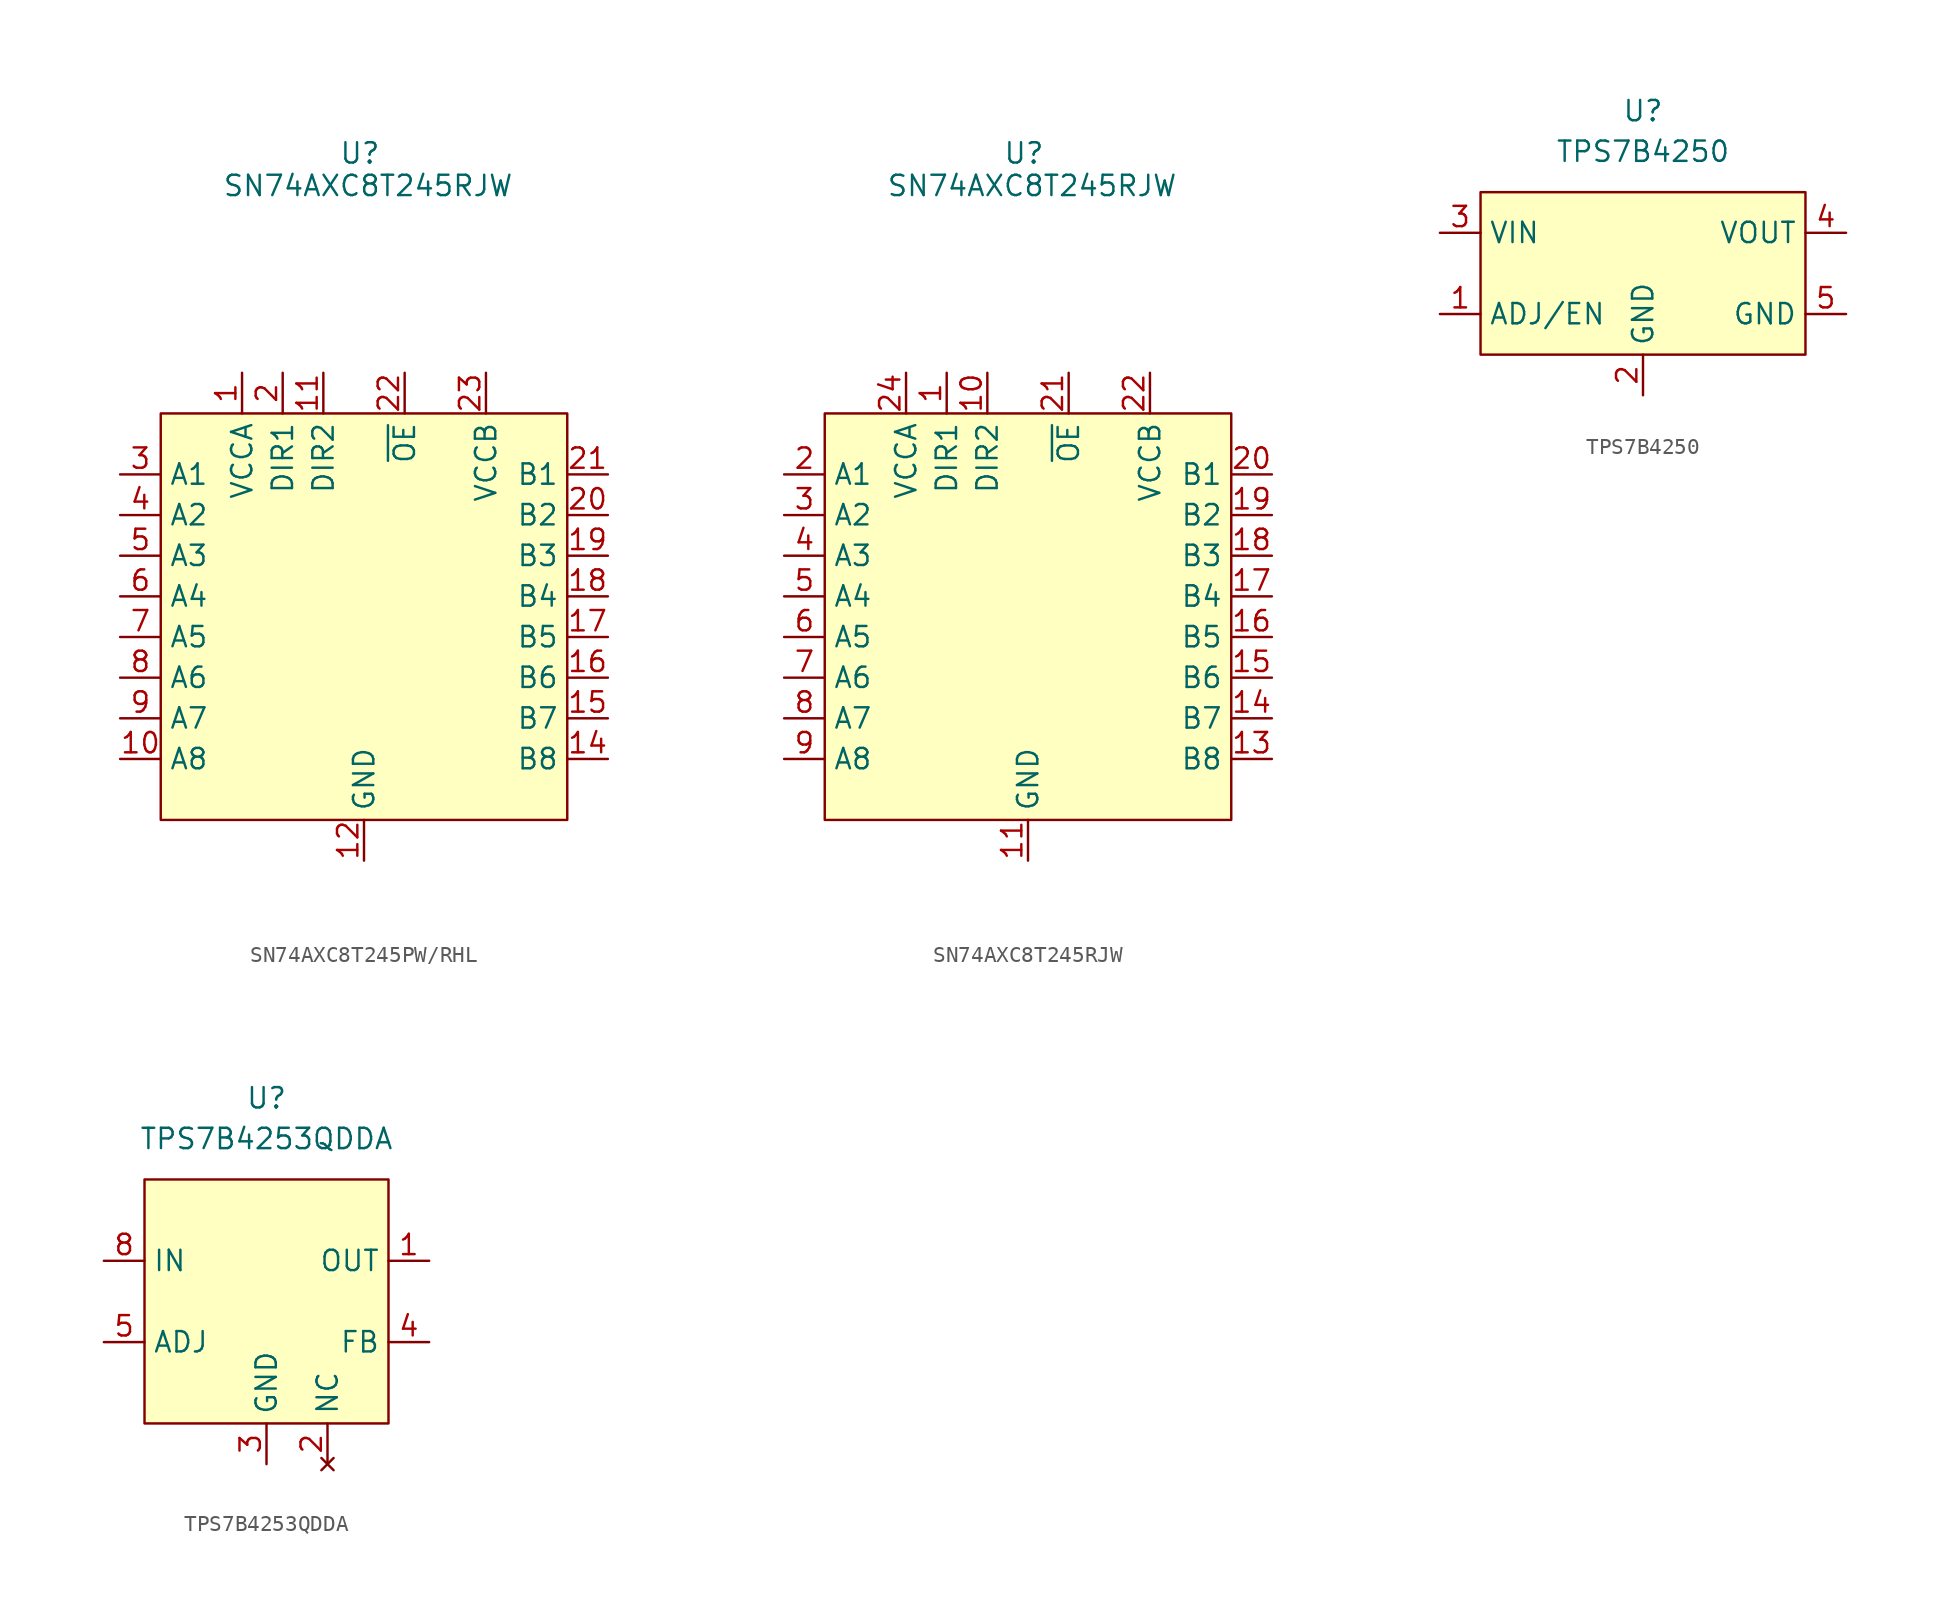
<source format=kicad_sym>
(kicad_symbol_lib
  (version 20241209)
  (generator "kicad_symbol_editor")
  (generator_version "9.0")
  (symbol "SN74AXC8T245PW/RHL"
    (property "Reference" "U"
      (at -0.254 28.956 0)
      (effects (font (size 1.27 1.27))))
    (property "Value" "SN74AXC8T245RJW"
      (at 0.254 26.924 0)
      (effects (font (size 1.27 1.27))))
    (symbol "SN74AXC8T245PW/RHL_1_1"
      (rectangle (start -12.7 12.7) (end 12.7 -12.7) (stroke (width 0) (type solid)) (fill (type background)))
      (pin input line (at -15.24 8.89 0) (length 2.54) (name "A1" (effects (font (size 1.27 1.27)))) (number "3" (effects (font (size 1.27 1.27)))))
      (pin input line (at -15.24 6.35 0) (length 2.54) (name "A2" (effects (font (size 1.27 1.27)))) (number "4" (effects (font (size 1.27 1.27)))))
      (pin input line (at -15.24 3.81 0) (length 2.54) (name "A3" (effects (font (size 1.27 1.27)))) (number "5" (effects (font (size 1.27 1.27)))))
      (pin input line (at -15.24 1.27 0) (length 2.54) (name "A4" (effects (font (size 1.27 1.27)))) (number "6" (effects (font (size 1.27 1.27)))))
      (pin input line (at -15.24 -1.27 0) (length 2.54) (name "A5" (effects (font (size 1.27 1.27)))) (number "7" (effects (font (size 1.27 1.27)))))
      (pin input line (at -15.24 -3.81 0) (length 2.54) (name "A6" (effects (font (size 1.27 1.27)))) (number "8" (effects (font (size 1.27 1.27)))))
      (pin input line (at -15.24 -6.35 0) (length 2.54) (name "A7" (effects (font (size 1.27 1.27)))) (number "9" (effects (font (size 1.27 1.27)))))
      (pin input line (at -15.24 -8.89 0) (length 2.54) (name "A8" (effects (font (size 1.27 1.27)))) (number "10" (effects (font (size 1.27 1.27)))))
      (pin input line (at -7.62 15.24 270) (length 2.54) (name "VCCA" (effects (font (size 1.27 1.27)))) (number "1" (effects (font (size 1.27 1.27)))))
      (pin input line (at -5.08 15.24 270) (length 2.54) (name "DIR1" (effects (font (size 1.27 1.27)))) (number "2" (effects (font (size 1.27 1.27)))))
      (pin input line (at -2.54 15.24 270) (length 2.54) (name "DIR2" (effects (font (size 1.27 1.27)))) (number "11" (effects (font (size 1.27 1.27)))))
      (pin input line (at 0 -15.24 90) (length 2.54) (name "GND" (effects (font (size 1.27 1.27)))) (number "12" (effects (font (size 1.27 1.27)))))
      (pin input line (at 0 -15.24 90) (length 2.54) (hide yes) (name "GND" (effects (font (size 1.27 1.27)))) (number "13" (effects (font (size 1.27 1.27)))))
      (pin input line (at 0 -15.24 90) (length 2.54) (hide yes) (name "GND" (effects (font (size 1.27 1.27)))) (number "25" (effects (font (size 1.27 1.27)))))
      (pin input line (at 2.54 15.24 270) (length 2.54) (name "~{OE}" (effects (font (size 1.27 1.27)))) (number "22" (effects (font (size 1.27 1.27)))))
      (pin input line (at 7.62 15.24 270) (length 2.54) (name "VCCB" (effects (font (size 1.27 1.27)))) (number "23" (effects (font (size 1.27 1.27)))))
      (pin input line (at 7.62 15.24 270) (length 2.54) (hide yes) (name "VCCB" (effects (font (size 1.27 1.27)))) (number "24" (effects (font (size 1.27 1.27)))))
      (pin input line (at 15.24 8.89 180) (length 2.54) (name "B1" (effects (font (size 1.27 1.27)))) (number "21" (effects (font (size 1.27 1.27)))))
      (pin input line (at 15.24 6.35 180) (length 2.54) (name "B2" (effects (font (size 1.27 1.27)))) (number "20" (effects (font (size 1.27 1.27)))))
      (pin input line (at 15.24 3.81 180) (length 2.54) (name "B3" (effects (font (size 1.27 1.27)))) (number "19" (effects (font (size 1.27 1.27)))))
      (pin input line (at 15.24 1.27 180) (length 2.54) (name "B4" (effects (font (size 1.27 1.27)))) (number "18" (effects (font (size 1.27 1.27)))))
      (pin input line (at 15.24 -1.27 180) (length 2.54) (name "B5" (effects (font (size 1.27 1.27)))) (number "17" (effects (font (size 1.27 1.27)))))
      (pin input line (at 15.24 -3.81 180) (length 2.54) (name "B6" (effects (font (size 1.27 1.27)))) (number "16" (effects (font (size 1.27 1.27)))))
      (pin input line (at 15.24 -6.35 180) (length 2.54) (name "B7" (effects (font (size 1.27 1.27)))) (number "15" (effects (font (size 1.27 1.27)))))
      (pin input line (at 15.24 -8.89 180) (length 2.54) (name "B8" (effects (font (size 1.27 1.27)))) (number "14" (effects (font (size 1.27 1.27)))))))
  (symbol "SN74AXC8T245RJW"
    (property "Reference" "U"
      (at -0.254 28.956 0)
      (effects (font (size 1.27 1.27))))
    (property "Value" "SN74AXC8T245RJW"
      (at 0.254 26.924 0)
      (effects (font (size 1.27 1.27))))
    (symbol "SN74AXC8T245RJW_1_1"
      (rectangle (start -12.7 12.7) (end 12.7 -12.7) (stroke (width 0) (type solid)) (fill (type background)))
      (pin input line (at -15.24 8.89 0) (length 2.54) (name "A1" (effects (font (size 1.27 1.27)))) (number "2" (effects (font (size 1.27 1.27)))))
      (pin input line (at -15.24 6.35 0) (length 2.54) (name "A2" (effects (font (size 1.27 1.27)))) (number "3" (effects (font (size 1.27 1.27)))))
      (pin input line (at -15.24 3.81 0) (length 2.54) (name "A3" (effects (font (size 1.27 1.27)))) (number "4" (effects (font (size 1.27 1.27)))))
      (pin input line (at -15.24 1.27 0) (length 2.54) (name "A4" (effects (font (size 1.27 1.27)))) (number "5" (effects (font (size 1.27 1.27)))))
      (pin input line (at -15.24 -1.27 0) (length 2.54) (name "A5" (effects (font (size 1.27 1.27)))) (number "6" (effects (font (size 1.27 1.27)))))
      (pin input line (at -15.24 -3.81 0) (length 2.54) (name "A6" (effects (font (size 1.27 1.27)))) (number "7" (effects (font (size 1.27 1.27)))))
      (pin input line (at -15.24 -6.35 0) (length 2.54) (name "A7" (effects (font (size 1.27 1.27)))) (number "8" (effects (font (size 1.27 1.27)))))
      (pin input line (at -15.24 -8.89 0) (length 2.54) (name "A8" (effects (font (size 1.27 1.27)))) (number "9" (effects (font (size 1.27 1.27)))))
      (pin input line (at -7.62 15.24 270) (length 2.54) (name "VCCA" (effects (font (size 1.27 1.27)))) (number "24" (effects (font (size 1.27 1.27)))))
      (pin input line (at -5.08 15.24 270) (length 2.54) (name "DIR1" (effects (font (size 1.27 1.27)))) (number "1" (effects (font (size 1.27 1.27)))))
      (pin input line (at -2.54 15.24 270) (length 2.54) (name "DIR2" (effects (font (size 1.27 1.27)))) (number "10" (effects (font (size 1.27 1.27)))))
      (pin input line (at 0 -15.24 90) (length 2.54) (name "GND" (effects (font (size 1.27 1.27)))) (number "11" (effects (font (size 1.27 1.27)))))
      (pin input line (at 0 -15.24 90) (length 2.54) (hide yes) (name "GND" (effects (font (size 1.27 1.27)))) (number "12" (effects (font (size 1.27 1.27)))))
      (pin input line (at 2.54 15.24 270) (length 2.54) (name "~{OE}" (effects (font (size 1.27 1.27)))) (number "21" (effects (font (size 1.27 1.27)))))
      (pin input line (at 7.62 15.24 270) (length 2.54) (name "VCCB" (effects (font (size 1.27 1.27)))) (number "22" (effects (font (size 1.27 1.27)))))
      (pin input line (at 7.62 15.24 270) (length 2.54) (hide yes) (name "VCCB" (effects (font (size 1.27 1.27)))) (number "23" (effects (font (size 1.27 1.27)))))
      (pin input line (at 15.24 8.89 180) (length 2.54) (name "B1" (effects (font (size 1.27 1.27)))) (number "20" (effects (font (size 1.27 1.27)))))
      (pin input line (at 15.24 6.35 180) (length 2.54) (name "B2" (effects (font (size 1.27 1.27)))) (number "19" (effects (font (size 1.27 1.27)))))
      (pin input line (at 15.24 3.81 180) (length 2.54) (name "B3" (effects (font (size 1.27 1.27)))) (number "18" (effects (font (size 1.27 1.27)))))
      (pin input line (at 15.24 1.27 180) (length 2.54) (name "B4" (effects (font (size 1.27 1.27)))) (number "17" (effects (font (size 1.27 1.27)))))
      (pin input line (at 15.24 -1.27 180) (length 2.54) (name "B5" (effects (font (size 1.27 1.27)))) (number "16" (effects (font (size 1.27 1.27)))))
      (pin input line (at 15.24 -3.81 180) (length 2.54) (name "B6" (effects (font (size 1.27 1.27)))) (number "15" (effects (font (size 1.27 1.27)))))
      (pin input line (at 15.24 -6.35 180) (length 2.54) (name "B7" (effects (font (size 1.27 1.27)))) (number "14" (effects (font (size 1.27 1.27)))))
      (pin input line (at 15.24 -8.89 180) (length 2.54) (name "B8" (effects (font (size 1.27 1.27)))) (number "13" (effects (font (size 1.27 1.27)))))))
  (symbol "TPS7B4250"
    (property "Reference" "U"
      (at 0 10.16 0)
      (effects (font (size 1.27 1.27))))
    (property "Value" "TPS7B4250"
      (at 0 7.62 0)
      (effects (font (size 1.27 1.27))))
    (symbol "TPS7B4250_1_1"
      (rectangle (start -10.16 5.08) (end 10.16 -5.08) (stroke (width 0) (type solid)) (fill (type background)))
      (pin input line (at -12.7 2.54 0) (length 2.54) (name "VIN" (effects (font (size 1.27 1.27)))) (number "3" (effects (font (size 1.27 1.27)))))
      (pin input line (at -12.7 -2.54 0) (length 2.54) (name "ADJ/EN" (effects (font (size 1.27 1.27)))) (number "1" (effects (font (size 1.27 1.27)))))
      (pin input line (at 0 -7.62 90) (length 2.54) (name "GND" (effects (font (size 1.27 1.27)))) (number "2" (effects (font (size 1.27 1.27)))))
      (pin input line (at 12.7 2.54 180) (length 2.54) (name "VOUT" (effects (font (size 1.27 1.27)))) (number "4" (effects (font (size 1.27 1.27)))))
      (pin input line (at 12.7 -2.54 180) (length 2.54) (name "GND" (effects (font (size 1.27 1.27)))) (number "5" (effects (font (size 1.27 1.27)))))))
  (symbol "TPS7B4253QDDA"
    (property "Reference" "U"
      (at 0 12.7 0)
      (effects (font (size 1.27 1.27))))
    (property "Value" "TPS7B4253QDDA"
      (at 0 10.16 0)
      (effects (font (size 1.27 1.27))))
    (symbol "TPS7B4253QDDA_1_1"
      (rectangle (start -7.62 7.62) (end 7.62 -7.62) (stroke (width 0) (type solid)) (fill (type background)))
      (pin input line (at -10.16 2.54 0) (length 2.54) (name "IN" (effects (font (size 1.27 1.27)))) (number "8" (effects (font (size 1.27 1.27)))))
      (pin input line (at -10.16 -2.54 0) (length 2.54) (name "ADJ" (effects (font (size 1.27 1.27)))) (number "5" (effects (font (size 1.27 1.27)))))
      (pin input line (at 0 -10.16 90) (length 2.54) (name "GND" (effects (font (size 1.27 1.27)))) (number "3" (effects (font (size 1.27 1.27)))))
      (pin input line (at 0 -10.16 90) (length 2.54) (hide yes) (name "GND" (effects (font (size 1.27 1.27)))) (number "6" (effects (font (size 1.27 1.27)))))
      (pin input line (at 0 -10.16 90) (length 2.54) (hide yes) (name "EP" (effects (font (size 1.27 1.27)))) (number "9" (effects (font (size 1.27 1.27)))))
      (pin no_connect line (at 3.81 -10.16 90) (length 2.54) (name "NC" (effects (font (size 1.27 1.27)))) (number "2" (effects (font (size 1.27 1.27)))))
      (pin no_connect line (at 3.81 -10.16 90) (length 2.54) (hide yes) (name "NC" (effects (font (size 1.27 1.27)))) (number "7" (effects (font (size 1.27 1.27)))))
      (pin input line (at 10.16 2.54 180) (length 2.54) (name "OUT" (effects (font (size 1.27 1.27)))) (number "1" (effects (font (size 1.27 1.27)))))
      (pin input line (at 10.16 -2.54 180) (length 2.54) (name "FB" (effects (font (size 1.27 1.27)))) (number "4" (effects (font (size 1.27 1.27))))))))
</source>
